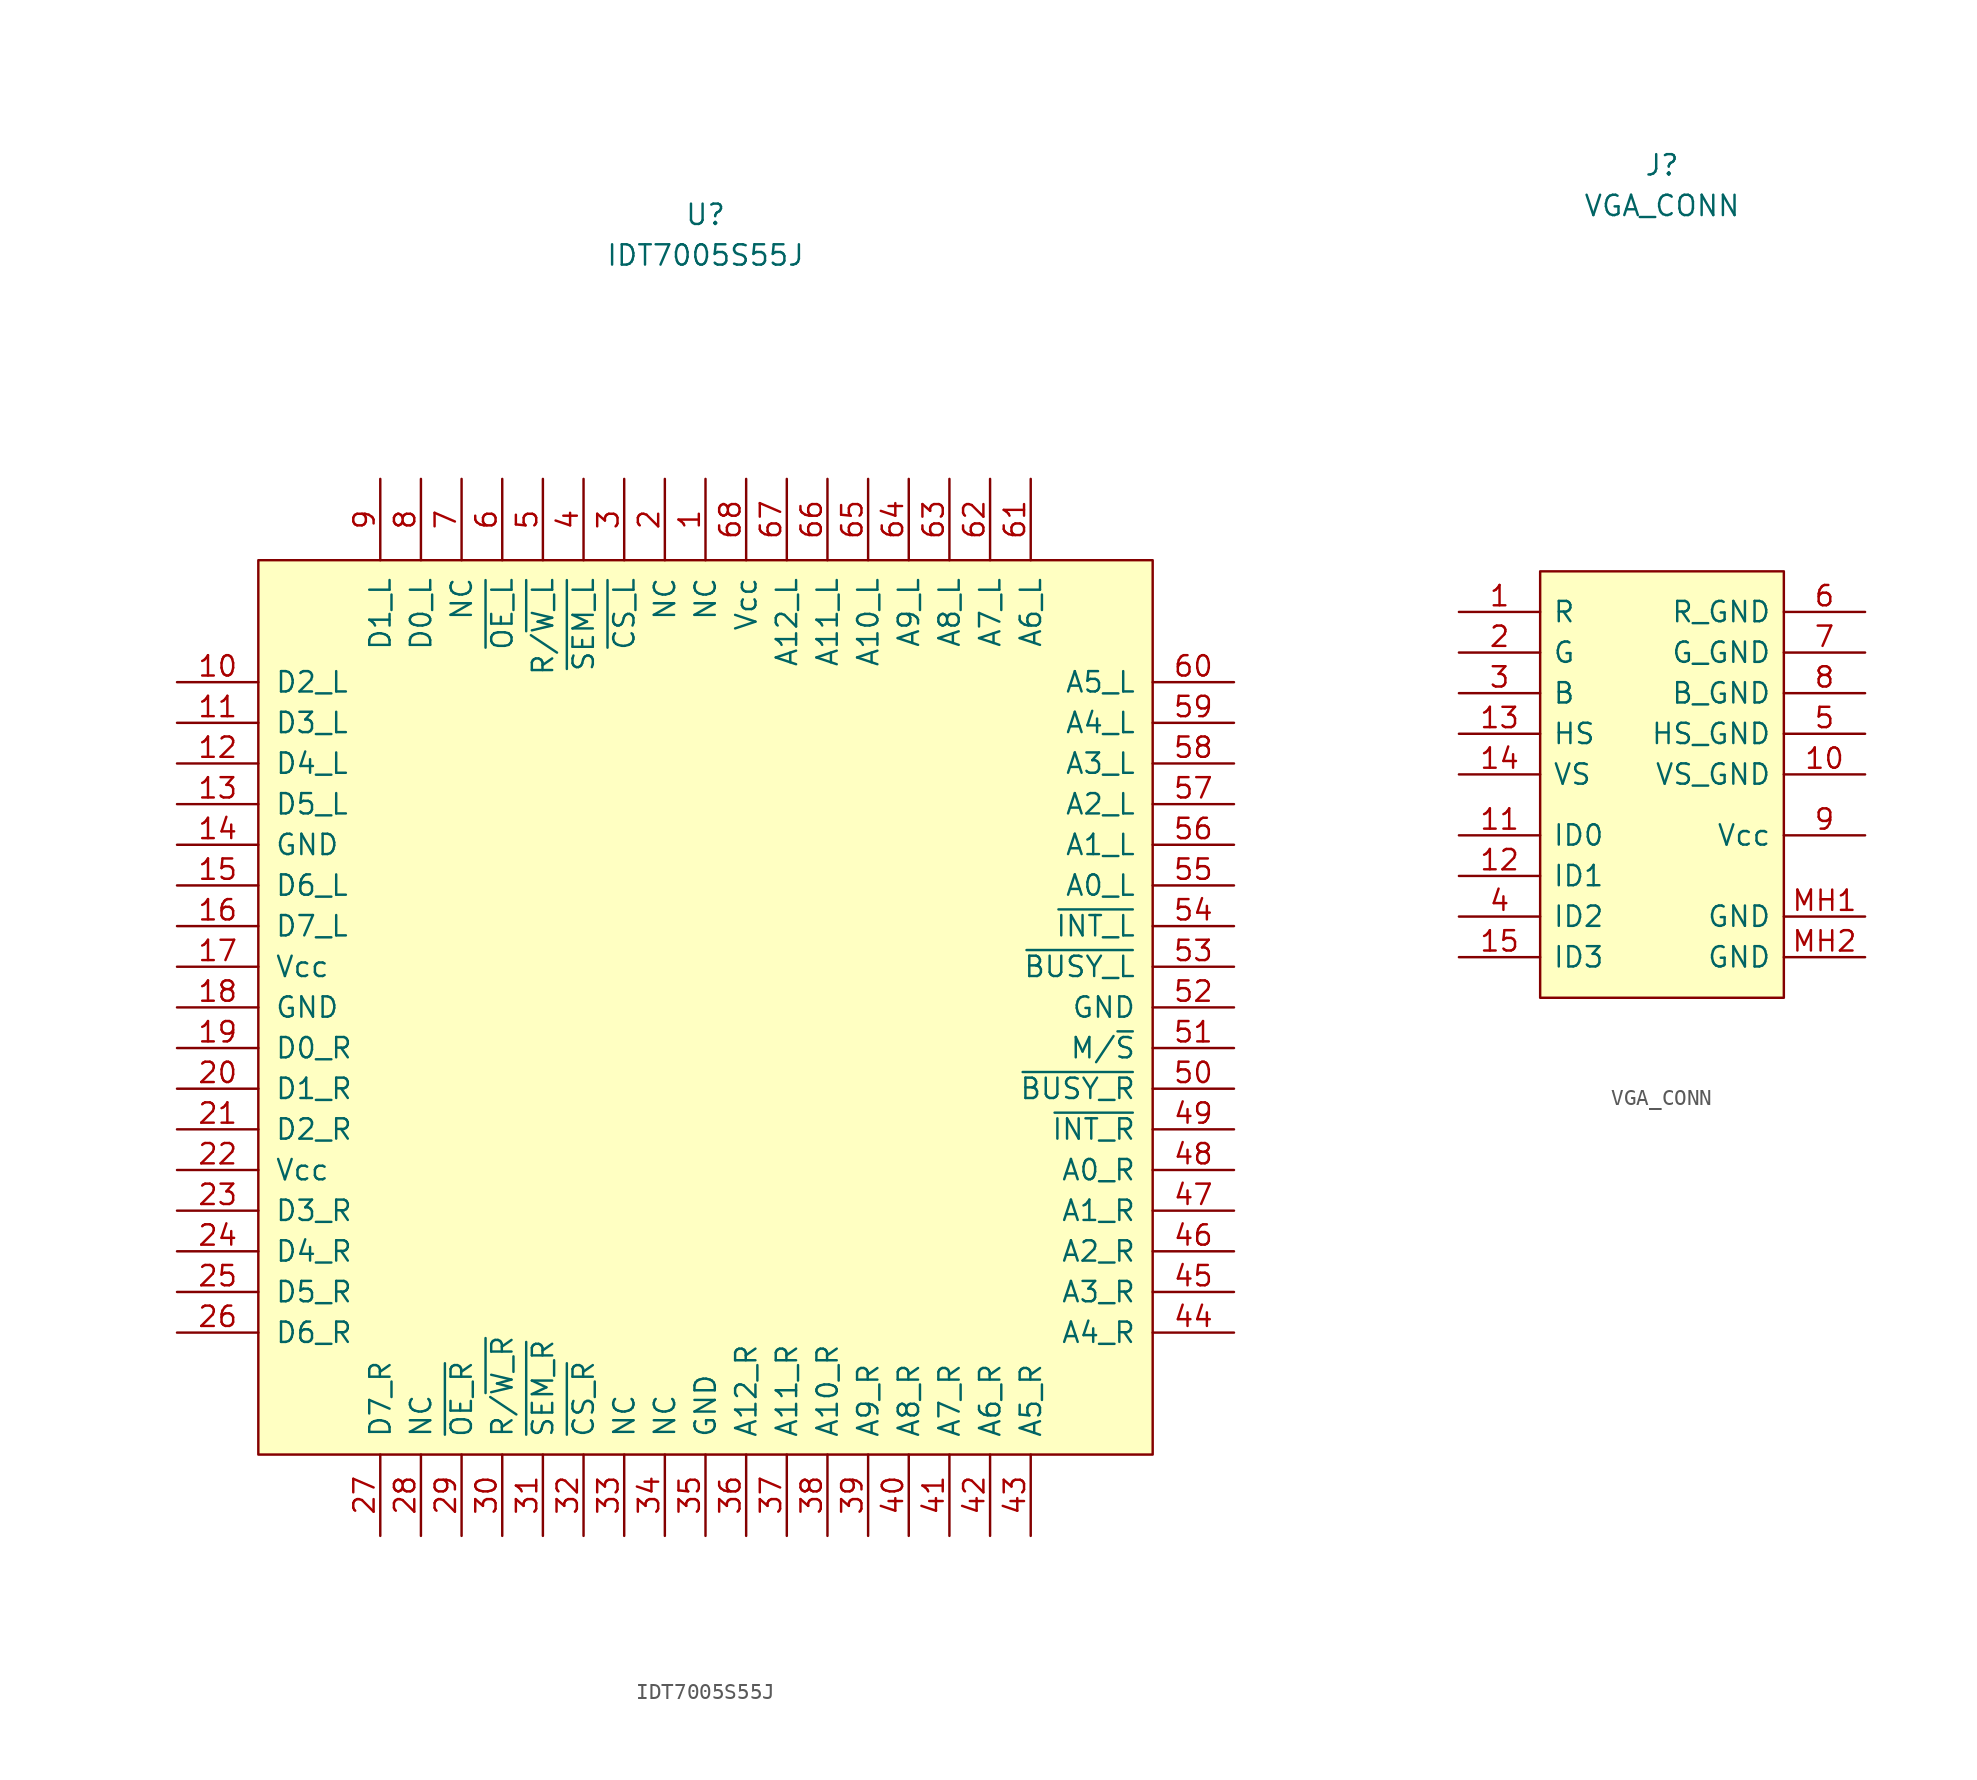
<source format=kicad_sym>
(kicad_symbol_lib
  (version 20211014)
  (generator kicad_symbol_editor)
  (symbol "IDT7005S55J"
    (pin_names
      (offset 1.016))
    (property "Reference" "U"
      (at 0 49.53 0)
      (effects (font (size 1.27 1.27))))
    (property "Value" "IDT7005S55J"
      (at 0 46.99 0)
      (effects (font (size 1.27 1.27))))
    (symbol "IDT7005S55J_0_1"
      (rectangle (start -27.94 27.94) (end 27.94 -27.94) (stroke (width 0) (type default) (color 0 0 0 0)) (fill (type background))))
    (symbol "IDT7005S55J_1_1"
      (pin passive line (at 0 33.02 270) (length 5.08) (name "NC" (effects (font (size 1.27 1.27)))) (number "1" (effects (font (size 1.27 1.27)))))
      (pin passive line (at -33.02 20.32 0) (length 5.08) (name "D2_L" (effects (font (size 1.27 1.27)))) (number "10" (effects (font (size 1.27 1.27)))))
      (pin passive line (at -33.02 17.78 0) (length 5.08) (name "D3_L" (effects (font (size 1.27 1.27)))) (number "11" (effects (font (size 1.27 1.27)))))
      (pin passive line (at -33.02 15.24 0) (length 5.08) (name "D4_L" (effects (font (size 1.27 1.27)))) (number "12" (effects (font (size 1.27 1.27)))))
      (pin passive line (at -33.02 12.7 0) (length 5.08) (name "D5_L" (effects (font (size 1.27 1.27)))) (number "13" (effects (font (size 1.27 1.27)))))
      (pin passive line (at -33.02 10.16 0) (length 5.08) (name "GND" (effects (font (size 1.27 1.27)))) (number "14" (effects (font (size 1.27 1.27)))))
      (pin passive line (at -33.02 7.62 0) (length 5.08) (name "D6_L" (effects (font (size 1.27 1.27)))) (number "15" (effects (font (size 1.27 1.27)))))
      (pin passive line (at -33.02 5.08 0) (length 5.08) (name "D7_L" (effects (font (size 1.27 1.27)))) (number "16" (effects (font (size 1.27 1.27)))))
      (pin passive line (at -33.02 2.54 0) (length 5.08) (name "Vcc" (effects (font (size 1.27 1.27)))) (number "17" (effects (font (size 1.27 1.27)))))
      (pin passive line (at -33.02 0 0) (length 5.08) (name "GND" (effects (font (size 1.27 1.27)))) (number "18" (effects (font (size 1.27 1.27)))))
      (pin passive line (at -33.02 -2.54 0) (length 5.08) (name "D0_R" (effects (font (size 1.27 1.27)))) (number "19" (effects (font (size 1.27 1.27)))))
      (pin passive line (at -2.54 33.02 270) (length 5.08) (name "NC" (effects (font (size 1.27 1.27)))) (number "2" (effects (font (size 1.27 1.27)))))
      (pin passive line (at -33.02 -5.08 0) (length 5.08) (name "D1_R" (effects (font (size 1.27 1.27)))) (number "20" (effects (font (size 1.27 1.27)))))
      (pin passive line (at -33.02 -7.62 0) (length 5.08) (name "D2_R" (effects (font (size 1.27 1.27)))) (number "21" (effects (font (size 1.27 1.27)))))
      (pin passive line (at -33.02 -10.16 0) (length 5.08) (name "Vcc" (effects (font (size 1.27 1.27)))) (number "22" (effects (font (size 1.27 1.27)))))
      (pin passive line (at -33.02 -12.7 0) (length 5.08) (name "D3_R" (effects (font (size 1.27 1.27)))) (number "23" (effects (font (size 1.27 1.27)))))
      (pin passive line (at -33.02 -15.24 0) (length 5.08) (name "D4_R" (effects (font (size 1.27 1.27)))) (number "24" (effects (font (size 1.27 1.27)))))
      (pin passive line (at -33.02 -17.78 0) (length 5.08) (name "D5_R" (effects (font (size 1.27 1.27)))) (number "25" (effects (font (size 1.27 1.27)))))
      (pin passive line (at -33.02 -20.32 0) (length 5.08) (name "D6_R" (effects (font (size 1.27 1.27)))) (number "26" (effects (font (size 1.27 1.27)))))
      (pin passive line (at -20.32 -33.02 90) (length 5.08) (name "D7_R" (effects (font (size 1.27 1.27)))) (number "27" (effects (font (size 1.27 1.27)))))
      (pin passive line (at -17.78 -33.02 90) (length 5.08) (name "NC" (effects (font (size 1.27 1.27)))) (number "28" (effects (font (size 1.27 1.27)))))
      (pin passive line (at -15.24 -33.02 90) (length 5.08) (name "~{OE_R}" (effects (font (size 1.27 1.27)))) (number "29" (effects (font (size 1.27 1.27)))))
      (pin passive line (at -5.08 33.02 270) (length 5.08) (name "~{CS_L}" (effects (font (size 1.27 1.27)))) (number "3" (effects (font (size 1.27 1.27)))))
      (pin passive line (at -12.7 -33.02 90) (length 5.08) (name "R/~{W_R}" (effects (font (size 1.27 1.27)))) (number "30" (effects (font (size 1.27 1.27)))))
      (pin passive line (at -10.16 -33.02 90) (length 5.08) (name "~{SEM_R}" (effects (font (size 1.27 1.27)))) (number "31" (effects (font (size 1.27 1.27)))))
      (pin passive line (at -7.62 -33.02 90) (length 5.08) (name "~{CS_R}" (effects (font (size 1.27 1.27)))) (number "32" (effects (font (size 1.27 1.27)))))
      (pin passive line (at -5.08 -33.02 90) (length 5.08) (name "NC" (effects (font (size 1.27 1.27)))) (number "33" (effects (font (size 1.27 1.27)))))
      (pin passive line (at -2.54 -33.02 90) (length 5.08) (name "NC" (effects (font (size 1.27 1.27)))) (number "34" (effects (font (size 1.27 1.27)))))
      (pin passive line (at 0 -33.02 90) (length 5.08) (name "GND" (effects (font (size 1.27 1.27)))) (number "35" (effects (font (size 1.27 1.27)))))
      (pin passive line (at 2.54 -33.02 90) (length 5.08) (name "A12_R" (effects (font (size 1.27 1.27)))) (number "36" (effects (font (size 1.27 1.27)))))
      (pin passive line (at 5.08 -33.02 90) (length 5.08) (name "A11_R" (effects (font (size 1.27 1.27)))) (number "37" (effects (font (size 1.27 1.27)))))
      (pin passive line (at 7.62 -33.02 90) (length 5.08) (name "A10_R" (effects (font (size 1.27 1.27)))) (number "38" (effects (font (size 1.27 1.27)))))
      (pin passive line (at 10.16 -33.02 90) (length 5.08) (name "A9_R" (effects (font (size 1.27 1.27)))) (number "39" (effects (font (size 1.27 1.27)))))
      (pin passive line (at -7.62 33.02 270) (length 5.08) (name "~{SEM_L}" (effects (font (size 1.27 1.27)))) (number "4" (effects (font (size 1.27 1.27)))))
      (pin passive line (at 12.7 -33.02 90) (length 5.08) (name "A8_R" (effects (font (size 1.27 1.27)))) (number "40" (effects (font (size 1.27 1.27)))))
      (pin passive line (at 15.24 -33.02 90) (length 5.08) (name "A7_R" (effects (font (size 1.27 1.27)))) (number "41" (effects (font (size 1.27 1.27)))))
      (pin passive line (at 17.78 -33.02 90) (length 5.08) (name "A6_R" (effects (font (size 1.27 1.27)))) (number "42" (effects (font (size 1.27 1.27)))))
      (pin passive line (at 20.32 -33.02 90) (length 5.08) (name "A5_R" (effects (font (size 1.27 1.27)))) (number "43" (effects (font (size 1.27 1.27)))))
      (pin passive line (at 33.02 -20.32 180) (length 5.08) (name "A4_R" (effects (font (size 1.27 1.27)))) (number "44" (effects (font (size 1.27 1.27)))))
      (pin passive line (at 33.02 -17.78 180) (length 5.08) (name "A3_R" (effects (font (size 1.27 1.27)))) (number "45" (effects (font (size 1.27 1.27)))))
      (pin passive line (at 33.02 -15.24 180) (length 5.08) (name "A2_R" (effects (font (size 1.27 1.27)))) (number "46" (effects (font (size 1.27 1.27)))))
      (pin passive line (at 33.02 -12.7 180) (length 5.08) (name "A1_R" (effects (font (size 1.27 1.27)))) (number "47" (effects (font (size 1.27 1.27)))))
      (pin passive line (at 33.02 -10.16 180) (length 5.08) (name "A0_R" (effects (font (size 1.27 1.27)))) (number "48" (effects (font (size 1.27 1.27)))))
      (pin passive line (at 33.02 -7.62 180) (length 5.08) (name "~{INT_R}" (effects (font (size 1.27 1.27)))) (number "49" (effects (font (size 1.27 1.27)))))
      (pin passive line (at -10.16 33.02 270) (length 5.08) (name "R/~{W_L}" (effects (font (size 1.27 1.27)))) (number "5" (effects (font (size 1.27 1.27)))))
      (pin passive line (at 33.02 -5.08 180) (length 5.08) (name "~{BUSY_R}" (effects (font (size 1.27 1.27)))) (number "50" (effects (font (size 1.27 1.27)))))
      (pin passive line (at 33.02 -2.54 180) (length 5.08) (name "M/~{S}" (effects (font (size 1.27 1.27)))) (number "51" (effects (font (size 1.27 1.27)))))
      (pin passive line (at 33.02 0 180) (length 5.08) (name "GND" (effects (font (size 1.27 1.27)))) (number "52" (effects (font (size 1.27 1.27)))))
      (pin passive line (at 33.02 2.54 180) (length 5.08) (name "~{BUSY_L}" (effects (font (size 1.27 1.27)))) (number "53" (effects (font (size 1.27 1.27)))))
      (pin passive line (at 33.02 5.08 180) (length 5.08) (name "~{INT_L}" (effects (font (size 1.27 1.27)))) (number "54" (effects (font (size 1.27 1.27)))))
      (pin passive line (at 33.02 7.62 180) (length 5.08) (name "A0_L" (effects (font (size 1.27 1.27)))) (number "55" (effects (font (size 1.27 1.27)))))
      (pin passive line (at 33.02 10.16 180) (length 5.08) (name "A1_L" (effects (font (size 1.27 1.27)))) (number "56" (effects (font (size 1.27 1.27)))))
      (pin passive line (at 33.02 12.7 180) (length 5.08) (name "A2_L" (effects (font (size 1.27 1.27)))) (number "57" (effects (font (size 1.27 1.27)))))
      (pin passive line (at 33.02 15.24 180) (length 5.08) (name "A3_L" (effects (font (size 1.27 1.27)))) (number "58" (effects (font (size 1.27 1.27)))))
      (pin passive line (at 33.02 17.78 180) (length 5.08) (name "A4_L" (effects (font (size 1.27 1.27)))) (number "59" (effects (font (size 1.27 1.27)))))
      (pin passive line (at -12.7 33.02 270) (length 5.08) (name "~{OE_L}" (effects (font (size 1.27 1.27)))) (number "6" (effects (font (size 1.27 1.27)))))
      (pin passive line (at 33.02 20.32 180) (length 5.08) (name "A5_L" (effects (font (size 1.27 1.27)))) (number "60" (effects (font (size 1.27 1.27)))))
      (pin passive line (at 20.32 33.02 270) (length 5.08) (name "A6_L" (effects (font (size 1.27 1.27)))) (number "61" (effects (font (size 1.27 1.27)))))
      (pin passive line (at 17.78 33.02 270) (length 5.08) (name "A7_L" (effects (font (size 1.27 1.27)))) (number "62" (effects (font (size 1.27 1.27)))))
      (pin passive line (at 15.24 33.02 270) (length 5.08) (name "A8_L" (effects (font (size 1.27 1.27)))) (number "63" (effects (font (size 1.27 1.27)))))
      (pin passive line (at 12.7 33.02 270) (length 5.08) (name "A9_L" (effects (font (size 1.27 1.27)))) (number "64" (effects (font (size 1.27 1.27)))))
      (pin passive line (at 10.16 33.02 270) (length 5.08) (name "A10_L" (effects (font (size 1.27 1.27)))) (number "65" (effects (font (size 1.27 1.27)))))
      (pin passive line (at 7.62 33.02 270) (length 5.08) (name "A11_L" (effects (font (size 1.27 1.27)))) (number "66" (effects (font (size 1.27 1.27)))))
      (pin passive line (at 5.08 33.02 270) (length 5.08) (name "A12_L" (effects (font (size 1.27 1.27)))) (number "67" (effects (font (size 1.27 1.27)))))
      (pin passive line (at 2.54 33.02 270) (length 5.08) (name "Vcc" (effects (font (size 1.27 1.27)))) (number "68" (effects (font (size 1.27 1.27)))))
      (pin passive line (at -15.24 33.02 270) (length 5.08) (name "NC" (effects (font (size 1.27 1.27)))) (number "7" (effects (font (size 1.27 1.27)))))
      (pin passive line (at -17.78 33.02 270) (length 5.08) (name "D0_L" (effects (font (size 1.27 1.27)))) (number "8" (effects (font (size 1.27 1.27)))))
      (pin passive line (at -20.32 33.02 270) (length 5.08) (name "D1_L" (effects (font (size 1.27 1.27)))) (number "9" (effects (font (size 1.27 1.27)))))))
  (symbol "VGA_CONN"
    (pin_names
      (offset 0.762))
    (property "Reference" "J"
      (at 0 38.1 0)
      (effects (font (size 1.27 1.27))))
    (property "Value" "VGA_CONN"
      (at 0 35.56 0)
      (effects (font (size 1.27 1.27))))
    (symbol "VGA_CONN_0_0"
      (pin passive line (at -12.7 10.16 0) (length 5.08) (name "R" (effects (font (size 1.27 1.27)))) (number "1" (effects (font (size 1.27 1.27)))))
      (pin passive line (at 12.7 0 180) (length 5.08) (name "VS_GND" (effects (font (size 1.27 1.27)))) (number "10" (effects (font (size 1.27 1.27)))))
      (pin passive line (at -12.7 -3.81 0) (length 5.08) (name "ID0" (effects (font (size 1.27 1.27)))) (number "11" (effects (font (size 1.27 1.27)))))
      (pin passive line (at -12.7 -6.35 0) (length 5.08) (name "ID1" (effects (font (size 1.27 1.27)))) (number "12" (effects (font (size 1.27 1.27)))))
      (pin passive line (at -12.7 2.54 0) (length 5.08) (name "HS" (effects (font (size 1.27 1.27)))) (number "13" (effects (font (size 1.27 1.27)))))
      (pin passive line (at -12.7 0 0) (length 5.08) (name "VS" (effects (font (size 1.27 1.27)))) (number "14" (effects (font (size 1.27 1.27)))))
      (pin passive line (at -12.7 -11.43 0) (length 5.08) (name "ID3" (effects (font (size 1.27 1.27)))) (number "15" (effects (font (size 1.27 1.27)))))
      (pin passive line (at -12.7 7.62 0) (length 5.08) (name "G" (effects (font (size 1.27 1.27)))) (number "2" (effects (font (size 1.27 1.27)))))
      (pin passive line (at -12.7 5.08 0) (length 5.08) (name "B" (effects (font (size 1.27 1.27)))) (number "3" (effects (font (size 1.27 1.27)))))
      (pin passive line (at -12.7 -8.89 0) (length 5.08) (name "ID2" (effects (font (size 1.27 1.27)))) (number "4" (effects (font (size 1.27 1.27)))))
      (pin passive line (at 12.7 2.54 180) (length 5.08) (name "HS_GND" (effects (font (size 1.27 1.27)))) (number "5" (effects (font (size 1.27 1.27)))))
      (pin passive line (at 12.7 10.16 180) (length 5.08) (name "R_GND" (effects (font (size 1.27 1.27)))) (number "6" (effects (font (size 1.27 1.27)))))
      (pin passive line (at 12.7 7.62 180) (length 5.08) (name "G_GND" (effects (font (size 1.27 1.27)))) (number "7" (effects (font (size 1.27 1.27)))))
      (pin passive line (at 12.7 5.08 180) (length 5.08) (name "B_GND" (effects (font (size 1.27 1.27)))) (number "8" (effects (font (size 1.27 1.27)))))
      (pin passive line (at 12.7 -3.81 180) (length 5.08) (name "Vcc" (effects (font (size 1.27 1.27)))) (number "9" (effects (font (size 1.27 1.27)))))
      (pin passive line (at 12.7 -8.89 180) (length 5.08) (name "GND" (effects (font (size 1.27 1.27)))) (number "MH1" (effects (font (size 1.27 1.27)))))
      (pin passive line (at 12.7 -11.43 180) (length 5.08) (name "GND" (effects (font (size 1.27 1.27)))) (number "MH2" (effects (font (size 1.27 1.27))))))
    (symbol "VGA_CONN_0_1"
      (rectangle (start -7.62 12.7) (end 7.62 -13.97) (stroke (width 0) (type default) (color 0 0 0 0)) (fill (type background))))))
</source>
